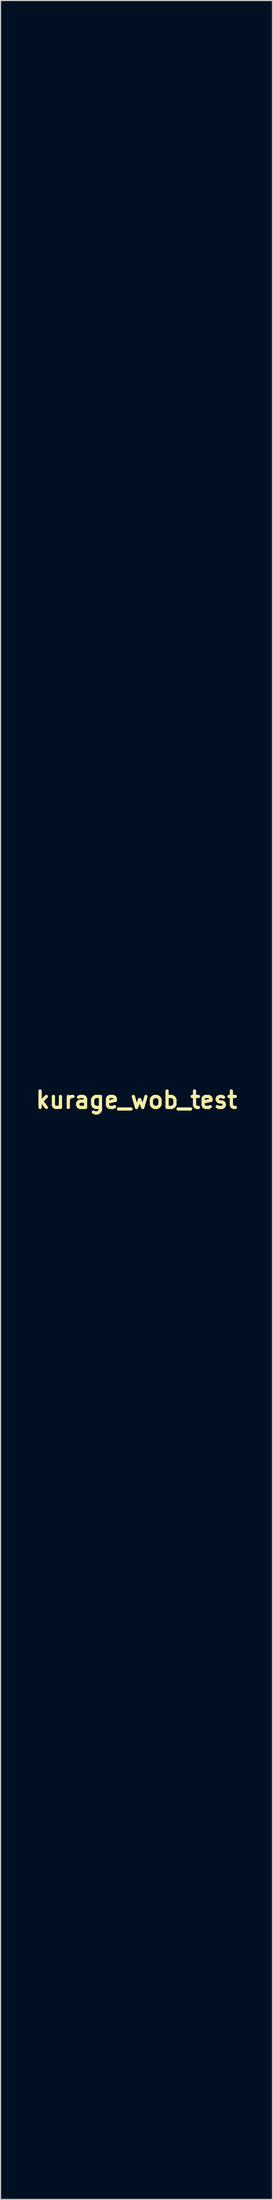
<source format=kicad_pcb>
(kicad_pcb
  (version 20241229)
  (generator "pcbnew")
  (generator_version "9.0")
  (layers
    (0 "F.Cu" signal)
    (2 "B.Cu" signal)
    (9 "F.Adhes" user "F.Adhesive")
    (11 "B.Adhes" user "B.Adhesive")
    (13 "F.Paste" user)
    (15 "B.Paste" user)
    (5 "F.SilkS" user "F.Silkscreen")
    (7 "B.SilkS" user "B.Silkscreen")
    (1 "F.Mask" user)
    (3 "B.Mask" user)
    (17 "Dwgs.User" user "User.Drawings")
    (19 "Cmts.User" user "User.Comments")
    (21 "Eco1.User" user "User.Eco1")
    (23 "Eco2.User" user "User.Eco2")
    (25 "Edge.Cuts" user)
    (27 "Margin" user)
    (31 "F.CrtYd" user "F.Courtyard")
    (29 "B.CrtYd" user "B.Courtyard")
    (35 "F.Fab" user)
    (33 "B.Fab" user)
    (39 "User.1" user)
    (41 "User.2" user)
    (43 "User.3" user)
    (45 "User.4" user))
  (footprint "kurage_wob_test"
    (layer "F.Cu")
    (at 9.587 98.768)
    (property "Reference" "kurage_wob_test" (at 0 0 0) (layer "F.SilkS") (effects (font (size 1.524 1.524) (thickness 0.3))))
    (attr through_hole)
    (fp_poly (pts (xy 2.511 -91.481) (xy 2.438 -91.643) (xy 2.258 -91.99) (xy 2.049 -92.293) (xy 1.808 -92.557) (xy 1.532 -92.784) (xy 1.217 -92.977) (xy 0.86 -93.139) (xy 0.673 -93.207) (xy 0.546 -93.245) (xy 0.382 -93.287) (xy 0.196 -93.329) (xy 0.004 -93.369) (xy -0.176 -93.402) (xy -0.33 -93.425) (xy -0.358 -93.429) (xy -0.513 -93.447) (xy -0.513 -94.52) (xy -1.108 -94.52) (xy -1.108 -91.821) (xy -1.304 -91.902) (xy -1.416 -91.947) (xy -1.54 -91.995) (xy -1.664 -92.041) (xy -1.779 -92.082) (xy -1.873 -92.113) (xy -1.937 -92.133) (xy -1.96 -92.136) (xy -1.971 -92.108) (xy -1.993 -92.039) (xy -2.022 -91.944) (xy -2.054 -91.833) (xy -2.087 -91.718) (xy -2.117 -91.61) (xy -2.141 -91.523) (xy -2.154 -91.467) (xy -2.156 -91.453) (xy -2.129 -91.442) (xy -2.061 -91.415) (xy -1.96 -91.376) (xy -1.835 -91.329) (xy -1.77 -91.305) (xy -1.296 -91.112) (xy -0.835 -90.894) (xy -0.397 -90.656) (xy 0.005 -90.404) (xy 0.26 -90.223) (xy 0.366 -90.143) (xy 0.456 -90.077) (xy 0.521 -90.03) (xy 0.552 -90.009) (xy 0.554 -90.008) (xy 0.575 -90.028) (xy 0.616 -90.082) (xy 0.668 -90.155) (xy 0.722 -90.234) (xy 0.77 -90.307) (xy 0.802 -90.361) (xy 0.811 -90.381) (xy 0.792 -90.412) (xy 0.741 -90.472) (xy 0.664 -90.555) (xy 0.569 -90.652) (xy 0.463 -90.756) (xy 0.354 -90.861) (xy 0.248 -90.96) (xy 0.153 -91.044) (xy 0.095 -91.093) (xy -0.023 -91.183) (xy -0.159 -91.283) (xy -0.287 -91.373) (xy -0.304 -91.384) (xy -0.513 -91.524) (xy -0.513 -92.713) (xy -0.385 -92.696) (xy -0.087 -92.652) (xy 0.181 -92.603) (xy 0.408 -92.551) (xy 0.486 -92.53) (xy 0.669 -92.468) (xy 0.871 -92.386) (xy 1.076 -92.29) (xy 1.265 -92.189) (xy 1.423 -92.092) (xy 1.442 -92.079) (xy 1.587 -91.962) (xy 1.744 -91.814) (xy 1.899 -91.65) (xy 2.037 -91.484) (xy 2.135 -91.348) (xy 2.255 -91.163) (xy 2.384 -91.308) (xy 2.512 -91.454) (xy 2.512 -81.564) (xy 2.511 -71.674) (xy 2.438 -71.836) (xy 2.258 -72.183) (xy 2.049 -72.487) (xy 1.808 -72.75) (xy 1.532 -72.977) (xy 1.217 -73.17) (xy 0.86 -73.333) (xy 0.673 -73.4) (xy 0.546 -73.438) (xy 0.382 -73.48) (xy 0.196 -73.522) (xy 0.004 -73.562) (xy -0.176 -73.595) (xy -0.33 -73.619) (xy -0.358 -73.622) (xy -0.513 -73.64) (xy -0.513 -74.714) (xy -1.108 -74.714) (xy -1.108 -72.015) (xy -1.304 -72.096) (xy -1.416 -72.141) (xy -1.54 -72.188) (xy -1.664 -72.234) (xy -1.779 -72.275) (xy -1.873 -72.307) (xy -1.937 -72.326) (xy -1.96 -72.33) (xy -1.971 -72.301) (xy -1.993 -72.233) (xy -2.022 -72.137) (xy -2.054 -72.026) (xy -2.087 -71.911) (xy -2.117 -71.804) (xy -2.141 -71.716) (xy -2.154 -71.661) (xy -2.156 -71.647) (xy -2.129 -71.635) (xy -2.061 -71.608) (xy -1.96 -71.57) (xy -1.835 -71.523) (xy -1.77 -71.498) (xy -1.296 -71.306) (xy -0.835 -71.087) (xy -0.397 -70.849) (xy 0.005 -70.597) (xy 0.26 -70.416) (xy 0.366 -70.337) (xy 0.456 -70.27) (xy 0.521 -70.224) (xy 0.552 -70.202) (xy 0.554 -70.201) (xy 0.575 -70.222) (xy 0.616 -70.275) (xy 0.668 -70.348) (xy 0.722 -70.427) (xy 0.77 -70.5) (xy 0.802 -70.554) (xy 0.811 -70.574) (xy 0.792 -70.605) (xy 0.741 -70.666) (xy 0.664 -70.748) (xy 0.569 -70.845) (xy 0.463 -70.95) (xy 0.354 -71.055) (xy 0.248 -71.153) (xy 0.153 -71.237) (xy 0.095 -71.286) (xy -0.023 -71.377) (xy -0.159 -71.477) (xy -0.287 -71.566) (xy -0.304 -71.577) (xy -0.513 -71.717) (xy -0.513 -72.907) (xy -0.385 -72.89) (xy -0.087 -72.845) (xy 0.181 -72.796) (xy 0.408 -72.744) (xy 0.486 -72.723) (xy 0.669 -72.662) (xy 0.871 -72.579) (xy 1.076 -72.483) (xy 1.265 -72.383) (xy 1.423 -72.286) (xy 1.442 -72.272) (xy 1.587 -72.156) (xy 1.744 -72.008) (xy 1.899 -71.843) (xy 2.037 -71.678) (xy 2.135 -71.542) (xy 2.255 -71.356) (xy 2.384 -71.501) (xy 2.512 -71.647) (xy 2.512 -61.744) (xy 2.511 -51.84) (xy 2.438 -52.003) (xy 2.258 -52.349) (xy 2.049 -52.653) (xy 1.808 -52.917) (xy 1.532 -53.144) (xy 1.217 -53.337) (xy 0.86 -53.499) (xy 0.673 -53.567) (xy 0.546 -53.605) (xy 0.382 -53.646) (xy 0.196 -53.689) (xy 0.004 -53.728) (xy -0.176 -53.762) (xy -0.33 -53.785) (xy -0.358 -53.789) (xy -0.513 -53.807) (xy -0.513 -54.88) (xy -1.108 -54.88) (xy -1.108 -52.181) (xy -1.304 -52.262) (xy -1.416 -52.307) (xy -1.54 -52.355) (xy -1.664 -52.401) (xy -1.779 -52.441) (xy -1.873 -52.473) (xy -1.937 -52.493) (xy -1.96 -52.496) (xy -1.971 -52.467) (xy -1.993 -52.399) (xy -2.022 -52.304) (xy -2.054 -52.192) (xy -2.087 -52.077) (xy -2.117 -51.97) (xy -2.141 -51.883) (xy -2.154 -51.827) (xy -2.156 -51.813) (xy -2.129 -51.801) (xy -2.061 -51.775) (xy -1.96 -51.736) (xy -1.835 -51.689) (xy -1.77 -51.665) (xy -1.296 -51.472) (xy -0.835 -51.254) (xy -0.397 -51.016) (xy 0.005 -50.764) (xy 0.26 -50.582) (xy 0.366 -50.503) (xy 0.456 -50.437) (xy 0.521 -50.39) (xy 0.552 -50.368) (xy 0.554 -50.368) (xy 0.575 -50.388) (xy 0.616 -50.441) (xy 0.668 -50.514) (xy 0.722 -50.594) (xy 0.77 -50.667) (xy 0.802 -50.721) (xy 0.811 -50.741) (xy 0.792 -50.772) (xy 0.741 -50.832) (xy 0.664 -50.914) (xy 0.569 -51.011) (xy 0.463 -51.116) (xy 0.354 -51.221) (xy 0.248 -51.32) (xy 0.153 -51.404) (xy 0.095 -51.453) (xy -0.023 -51.543) (xy -0.159 -51.643) (xy -0.287 -51.733) (xy -0.304 -51.744) (xy -0.513 -51.884) (xy -0.513 -53.073) (xy -0.385 -53.056) (xy -0.087 -53.012) (xy 0.181 -52.963) (xy 0.408 -52.911) (xy 0.486 -52.89) (xy 0.669 -52.828) (xy 0.871 -52.746) (xy 1.076 -52.65) (xy 1.265 -52.549) (xy 1.423 -52.452) (xy 1.442 -52.438) (xy 1.587 -52.322) (xy 1.744 -52.174) (xy 1.899 -52.01) (xy 2.037 -51.844) (xy 2.135 -51.708) (xy 2.255 -51.522) (xy 2.384 -51.668) (xy 2.512 -51.813) (xy 2.512 -41.924) (xy 2.511 -32.034) (xy 2.438 -32.196) (xy 2.258 -32.543) (xy 2.049 -32.846) (xy 1.808 -33.11) (xy 1.532 -33.337) (xy 1.217 -33.53) (xy 0.86 -33.692) (xy 0.673 -33.76) (xy 0.546 -33.798) (xy 0.382 -33.84) (xy 0.196 -33.882) (xy 0.004 -33.922) (xy -0.176 -33.955) (xy -0.33 -33.979) (xy -0.358 -33.982) (xy -0.513 -34) (xy -0.513 -35.074) (xy -1.108 -35.074) (xy -1.108 -32.375) (xy -1.304 -32.456) (xy -1.416 -32.501) (xy -1.54 -32.548) (xy -1.664 -32.594) (xy -1.779 -32.635) (xy -1.873 -32.667) (xy -1.937 -32.686) (xy -1.96 -32.69) (xy -1.971 -32.661) (xy -1.993 -32.593) (xy -2.022 -32.497) (xy -2.054 -32.386) (xy -2.087 -32.271) (xy -2.117 -32.164) (xy -2.141 -32.076) (xy -2.154 -32.02) (xy -2.156 -32.006) (xy -2.129 -31.995) (xy -2.061 -31.968) (xy -1.96 -31.929) (xy -1.835 -31.882) (xy -1.77 -31.858) (xy -1.296 -31.666) (xy -0.835 -31.447) (xy -0.397 -31.209) (xy 0.005 -30.957) (xy 0.26 -30.776) (xy 0.366 -30.696) (xy 0.456 -30.63) (xy 0.521 -30.583) (xy 0.552 -30.562) (xy 0.554 -30.561) (xy 0.575 -30.582) (xy 0.616 -30.635) (xy 0.668 -30.708) (xy 0.722 -30.787) (xy 0.77 -30.86) (xy 0.802 -30.914) (xy 0.811 -30.934) (xy 0.792 -30.965) (xy 0.741 -31.025) (xy 0.664 -31.108) (xy 0.569 -31.205) (xy 0.463 -31.31) (xy 0.354 -31.415) (xy 0.248 -31.513) (xy 0.153 -31.597) (xy 0.095 -31.646) (xy -0.023 -31.737) (xy -0.159 -31.836) (xy -0.287 -31.926) (xy -0.304 -31.937) (xy -0.513 -32.077) (xy -0.513 -33.267) (xy -0.385 -33.249) (xy -0.087 -33.205) (xy 0.181 -33.156) (xy 0.408 -33.104) (xy 0.486 -33.083) (xy 0.669 -33.022) (xy 0.871 -32.939) (xy 1.076 -32.843) (xy 1.265 -32.743) (xy 1.423 -32.645) (xy 1.442 -32.632) (xy 1.587 -32.516) (xy 1.744 -32.368) (xy 1.899 -32.203) (xy 2.037 -32.038) (xy 2.135 -31.902) (xy 2.255 -31.716) (xy 2.384 -31.861) (xy 2.512 -32.007) (xy 2.512 -22.117) (xy 2.511 -12.227) (xy 2.438 -12.39) (xy 2.258 -12.736) (xy 2.049 -13.04) (xy 1.808 -13.304) (xy 1.532 -13.531) (xy 1.217 -13.724) (xy 0.86 -13.886) (xy 0.673 -13.954) (xy 0.546 -13.991) (xy 0.382 -14.033) (xy 0.196 -14.076) (xy 0.004 -14.115) (xy -0.176 -14.148) (xy -0.33 -14.172) (xy -0.358 -14.176) (xy -0.513 -14.194) (xy -0.513 -15.267) (xy -1.108 -15.267) (xy -1.108 -12.568) (xy -1.304 -12.649) (xy -1.416 -12.694) (xy -1.54 -12.741) (xy -1.664 -12.787) (xy -1.779 -12.828) (xy -1.873 -12.86) (xy -1.937 -12.879) (xy -1.96 -12.883) (xy -1.971 -12.854) (xy -1.993 -12.786) (xy -2.022 -12.69) (xy -2.054 -12.579) (xy -2.087 -12.464) (xy -2.117 -12.357) (xy -2.141 -12.27) (xy -2.154 -12.214) (xy -2.156 -12.2) (xy -2.129 -12.188) (xy -2.061 -12.161) (xy -1.96 -12.123) (xy -1.835 -12.076) (xy -1.77 -12.051) (xy -1.296 -11.859) (xy -0.835 -11.641) (xy -0.397 -11.402) (xy 0.005 -11.15) (xy 0.26 -10.969) (xy 0.366 -10.89) (xy 0.456 -10.824) (xy 0.521 -10.777) (xy 0.552 -10.755) (xy 0.554 -10.754) (xy 0.575 -10.775) (xy 0.616 -10.828) (xy 0.668 -10.901) (xy 0.722 -10.981) (xy 0.77 -11.054) (xy 0.802 -11.107) (xy 0.811 -11.128) (xy 0.792 -11.159) (xy 0.741 -11.219) (xy 0.664 -11.301) (xy 0.569 -11.398) (xy 0.463 -11.503) (xy 0.354 -11.608) (xy 0.248 -11.706) (xy 0.153 -11.791) (xy 0.095 -11.84) (xy -0.023 -11.93) (xy -0.159 -12.03) (xy -0.287 -12.119) (xy -0.304 -12.131) (xy -0.513 -12.27) (xy -0.513 -13.46) (xy -0.385 -13.443) (xy -0.087 -13.398) (xy 0.181 -13.349) (xy 0.408 -13.298) (xy 0.486 -13.276) (xy 0.669 -13.215) (xy 0.871 -13.132) (xy 1.076 -13.037) (xy 1.265 -12.936) (xy 1.423 -12.839) (xy 1.442 -12.825) (xy 1.587 -12.709) (xy 1.744 -12.561) (xy 1.899 -12.397) (xy 2.037 -12.231) (xy 2.135 -12.095) (xy 2.255 -11.909) (xy 2.384 -12.055) (xy 2.512 -12.2) (xy 2.512 -2.297) (xy 2.511 7.606) (xy 2.438 7.444) (xy 2.258 7.097) (xy 2.049 6.794) (xy 1.808 6.53) (xy 1.532 6.303) (xy 1.217 6.11) (xy 0.86 5.948) (xy 0.673 5.88) (xy 0.546 5.842) (xy 0.382 5.8) (xy 0.196 5.758) (xy 0.004 5.718) (xy -0.176 5.685) (xy -0.33 5.662) (xy -0.358 5.658) (xy -0.513 5.64) (xy -0.513 4.567) (xy -1.108 4.567) (xy -1.108 7.266) (xy -1.304 7.185) (xy -1.416 7.14) (xy -1.54 7.092) (xy -1.664 7.046) (xy -1.779 7.005) (xy -1.873 6.974) (xy -1.937 6.954) (xy -1.96 6.951) (xy -1.971 6.979) (xy -1.993 7.048) (xy -2.022 7.143) (xy -2.054 7.254) (xy -2.087 7.37) (xy -2.117 7.477) (xy -2.141 7.564) (xy -2.154 7.62) (xy -2.156 7.634) (xy -2.129 7.645) (xy -2.061 7.672) (xy -1.96 7.711) (xy -1.835 7.758) (xy -1.77 7.782) (xy -1.296 7.975) (xy -0.835 8.193) (xy -0.397 8.431) (xy 0.005 8.683) (xy 0.26 8.864) (xy 0.366 8.944) (xy 0.456 9.01) (xy 0.521 9.057) (xy 0.552 9.078) (xy 0.554 9.079) (xy 0.575 9.059) (xy 0.616 9.005) (xy 0.668 8.933) (xy 0.722 8.853) (xy 0.77 8.78) (xy 0.802 8.726) (xy 0.811 8.706) (xy 0.792 8.675) (xy 0.741 8.615) (xy 0.664 8.532) (xy 0.569 8.435) (xy 0.463 8.331) (xy 0.354 8.226) (xy 0.248 8.127) (xy 0.153 8.043) (xy 0.095 7.994) (xy -0.023 7.904) (xy -0.159 7.804) (xy -0.287 7.714) (xy -0.304 7.703) (xy -0.513 7.563) (xy -0.513 6.374) (xy -0.385 6.391) (xy -0.087 6.435) (xy 0.181 6.484) (xy 0.408 6.536) (xy 0.486 6.557) (xy 0.669 6.619) (xy 0.871 6.701) (xy 1.076 6.797) (xy 1.265 6.898) (xy 1.423 6.995) (xy 1.442 7.008) (xy 1.587 7.125) (xy 1.744 7.273) (xy 1.899 7.437) (xy 2.037 7.603) (xy 2.135 7.739) (xy 2.255 7.924) (xy 2.384 7.779) (xy 2.512 7.634) (xy 2.512 17.523) (xy 2.511 27.413) (xy 2.438 27.251) (xy 2.258 26.904) (xy 2.049 26.6) (xy 1.808 26.337) (xy 1.532 26.11) (xy 1.217 25.917) (xy 0.86 25.754) (xy 0.673 25.687) (xy 0.546 25.649) (xy 0.382 25.607) (xy 0.196 25.565) (xy 0.004 25.525) (xy -0.176 25.492) (xy -0.33 25.468) (xy -0.358 25.465) (xy -0.513 25.447) (xy -0.513 24.373) (xy -1.108 24.373) (xy -1.108 27.072) (xy -1.304 26.991) (xy -1.416 26.946) (xy -1.54 26.899) (xy -1.664 26.853) (xy -1.779 26.812) (xy -1.873 26.78) (xy -1.937 26.761) (xy -1.96 26.757) (xy -1.971 26.786) (xy -1.993 26.854) (xy -2.022 26.95) (xy -2.054 27.061) (xy -2.087 27.176) (xy -2.117 27.283) (xy -2.141 27.371) (xy -2.154 27.426) (xy -2.156 27.441) (xy -2.129 27.452) (xy -2.061 27.479) (xy -1.96 27.517) (xy -1.835 27.564) (xy -1.77 27.589) (xy -1.296 27.781) (xy -0.835 28) (xy -0.397 28.238) (xy 0.005 28.49) (xy 0.26 28.671) (xy 0.366 28.75) (xy 0.456 28.817) (xy 0.521 28.863) (xy 0.552 28.885) (xy 0.554 28.886) (xy 0.575 28.865) (xy 0.616 28.812) (xy 0.668 28.739) (xy 0.722 28.66) (xy 0.77 28.587) (xy 0.802 28.533) (xy 0.811 28.513) (xy 0.792 28.482) (xy 0.741 28.421) (xy 0.664 28.339) (xy 0.569 28.242) (xy 0.463 28.137) (xy 0.354 28.032) (xy 0.248 27.934) (xy 0.153 27.85) (xy 0.095 27.801) (xy -0.023 27.71) (xy -0.159 27.61) (xy -0.287 27.521) (xy -0.304 27.51) (xy -0.513 27.37) (xy -0.513 26.18) (xy -0.385 26.197) (xy -0.087 26.242) (xy 0.181 26.291) (xy 0.408 26.343) (xy 0.486 26.364) (xy 0.669 26.425) (xy 0.871 26.508) (xy 1.076 26.604) (xy 1.265 26.704) (xy 1.423 26.801) (xy 1.442 26.815) (xy 1.587 26.931) (xy 1.744 27.079) (xy 1.899 27.244) (xy 2.037 27.409) (xy 2.135 27.545) (xy 2.255 27.731) (xy 2.384 27.586) (xy 2.512 27.44) (xy 2.512 37.33) (xy 2.511 47.22) (xy 2.438 47.057) (xy 2.258 46.711) (xy 2.049 46.407) (xy 1.808 46.143) (xy 1.532 45.916) (xy 1.217 45.723) (xy 0.86 45.561) (xy 0.673 45.493) (xy 0.546 45.455) (xy 0.382 45.414) (xy 0.196 45.371) (xy 0.004 45.332) (xy -0.176 45.298) (xy -0.33 45.275) (xy -0.358 45.271) (xy -0.513 45.253) (xy -0.513 44.18) (xy -1.108 44.18) (xy -1.108 46.879) (xy -1.304 46.798) (xy -1.416 46.753) (xy -1.54 46.705) (xy -1.664 46.659) (xy -1.779 46.619) (xy -1.873 46.587) (xy -1.937 46.567) (xy -1.96 46.564) (xy -1.971 46.593) (xy -1.993 46.661) (xy -2.022 46.756) (xy -2.054 46.868) (xy -2.087 46.983) (xy -2.117 47.09) (xy -2.141 47.177) (xy -2.154 47.233) (xy -2.156 47.247) (xy -2.129 47.259) (xy -2.061 47.285) (xy -1.96 47.324) (xy -1.835 47.371) (xy -1.77 47.395) (xy -1.296 47.588) (xy -0.835 47.806) (xy -0.397 48.044) (xy 0.005 48.296) (xy 0.26 48.478) (xy 0.366 48.557) (xy 0.456 48.623) (xy 0.521 48.67) (xy 0.552 48.692) (xy 0.554 48.692) (xy 0.575 48.672) (xy 0.616 48.619) (xy 0.668 48.546) (xy 0.722 48.466) (xy 0.77 48.393) (xy 0.802 48.339) (xy 0.811 48.319) (xy 0.792 48.288) (xy 0.741 48.228) (xy 0.664 48.146) (xy 0.569 48.049) (xy 0.463 47.944) (xy 0.354 47.839) (xy 0.248 47.74) (xy 0.153 47.656) (xy 0.095 47.607) (xy -0.023 47.517) (xy -0.159 47.417) (xy -0.287 47.327) (xy -0.304 47.316) (xy -0.513 47.176) (xy -0.513 45.987) (xy -0.385 46.004) (xy -0.087 46.048) (xy 0.181 46.097) (xy 0.408 46.149) (xy 0.486 46.17) (xy 0.669 46.232) (xy 0.871 46.314) (xy 1.076 46.41) (xy 1.265 46.511) (xy 1.423 46.608) (xy 1.442 46.622) (xy 1.587 46.738) (xy 1.744 46.886) (xy 1.899 47.05) (xy 2.037 47.216) (xy 2.135 47.352) (xy 2.255 47.538) (xy 2.384 47.392) (xy 2.512 47.247) (xy 2.512 57.136) (xy 2.511 67.026) (xy 2.438 66.864) (xy 2.258 66.517) (xy 2.049 66.214) (xy 1.808 65.95) (xy 1.532 65.723) (xy 1.217 65.53) (xy 0.86 65.368) (xy 0.673 65.3) (xy 0.546 65.262) (xy 0.382 65.22) (xy 0.196 65.178) (xy 0.004 65.138) (xy -0.176 65.105) (xy -0.33 65.081) (xy -0.358 65.078) (xy -0.513 65.06) (xy -0.513 63.986) (xy -1.108 63.986) (xy -1.108 66.685) (xy -1.304 66.604) (xy -1.416 66.559) (xy -1.54 66.512) (xy -1.664 66.466) (xy -1.779 66.425) (xy -1.873 66.393) (xy -1.937 66.374) (xy -1.96 66.37) (xy -1.971 66.399) (xy -1.993 66.467) (xy -2.022 66.563) (xy -2.054 66.674) (xy -2.087 66.789) (xy -2.117 66.896) (xy -2.141 66.984) (xy -2.154 67.04) (xy -2.156 67.054) (xy -2.129 67.065) (xy -2.061 67.092) (xy -1.96 67.131) (xy -1.835 67.178) (xy -1.77 67.202) (xy -1.296 67.394) (xy -0.835 67.613) (xy -0.397 67.851) (xy 0.005 68.103) (xy 0.26 68.284) (xy 0.366 68.364) (xy 0.456 68.43) (xy 0.521 68.477) (xy 0.552 68.498) (xy 0.554 68.499) (xy 0.575 68.478) (xy 0.616 68.425) (xy 0.668 68.352) (xy 0.722 68.273) (xy 0.77 68.2) (xy 0.802 68.146) (xy 0.811 68.126) (xy 0.792 68.095) (xy 0.741 68.035) (xy 0.664 67.952) (xy 0.569 67.855) (xy 0.463 67.75) (xy 0.354 67.645) (xy 0.248 67.547) (xy 0.153 67.463) (xy 0.095 67.414) (xy -0.023 67.323) (xy -0.159 67.224) (xy -0.287 67.134) (xy -0.304 67.123) (xy -0.513 66.983) (xy -0.513 65.793) (xy -0.385 65.811) (xy -0.087 65.855) (xy 0.181 65.904) (xy 0.408 65.956) (xy 0.486 65.977) (xy 0.669 66.038) (xy 0.871 66.121) (xy 1.076 66.217) (xy 1.265 66.317) (xy 1.423 66.415) (xy 1.442 66.428) (xy 1.587 66.544) (xy 1.744 66.692) (xy 1.899 66.857) (xy 2.037 67.022) (xy 2.135 67.158) (xy 2.255 67.344) (xy 2.384 67.199) (xy 2.512 67.053) (xy 2.512 76.957) (xy 2.511 86.86) (xy 2.438 86.697) (xy 2.258 86.351) (xy 2.049 86.047) (xy 1.808 85.783) (xy 1.532 85.556) (xy 1.217 85.363) (xy 0.86 85.201) (xy 0.673 85.133) (xy 0.546 85.096) (xy 0.382 85.054) (xy 0.196 85.011) (xy 0.004 84.972) (xy -0.176 84.939) (xy -0.33 84.915) (xy -0.358 84.912) (xy -0.513 84.893) (xy -0.513 83.82) (xy -1.108 83.82) (xy -1.108 86.519) (xy -1.304 86.438) (xy -1.416 86.393) (xy -1.54 86.346) (xy -1.664 86.3) (xy -1.779 86.259) (xy -1.873 86.227) (xy -1.937 86.208) (xy -1.96 86.204) (xy -1.971 86.233) (xy -1.993 86.301) (xy -2.022 86.397) (xy -2.054 86.508) (xy -2.087 86.623) (xy -2.117 86.73) (xy -2.141 86.817) (xy -2.154 86.873) (xy -2.156 86.887) (xy -2.129 86.899) (xy -2.061 86.926) (xy -1.96 86.964) (xy -1.835 87.011) (xy -1.77 87.036) (xy -1.296 87.228) (xy -0.835 87.446) (xy -0.397 87.685) (xy 0.005 87.937) (xy 0.26 88.118) (xy 0.366 88.197) (xy 0.456 88.263) (xy 0.521 88.31) (xy 0.552 88.332) (xy 0.554 88.333) (xy 0.575 88.312) (xy 0.616 88.259) (xy 0.668 88.186) (xy 0.722 88.106) (xy 0.77 88.033) (xy 0.802 87.98) (xy 0.811 87.959) (xy 0.792 87.928) (xy 0.741 87.868) (xy 0.664 87.786) (xy 0.569 87.689) (xy 0.463 87.584) (xy 0.354 87.479) (xy 0.248 87.381) (xy 0.153 87.296) (xy 0.095 87.247) (xy -0.023 87.157) (xy -0.159 87.057) (xy -0.287 86.968) (xy -0.304 86.956) (xy -0.513 86.817) (xy -0.513 85.627) (xy -0.385 85.644) (xy -0.087 85.689) (xy 0.181 85.738) (xy 0.408 85.789) (xy 0.486 85.811) (xy 0.669 85.872) (xy 0.871 85.955) (xy 1.076 86.05) (xy 1.265 86.151) (xy 1.423 86.248) (xy 1.442 86.262) (xy 1.587 86.378) (xy 1.744 86.526) (xy 1.899 86.69) (xy 2.037 86.856) (xy 2.135 86.992) (xy 2.255 87.178) (xy 2.384 87.032) (xy 2.512 86.887) (xy 2.513 92.825) (xy 2.513 98.763) (xy 0.347 98.763) (xy 0.565 98.507) (xy 0.494 98.385) (xy 0.326 98.132) (xy 0.115 97.877) (xy -0.129 97.63) (xy -0.396 97.401) (xy -0.517 97.31) (xy -0.73 97.156) (xy -0.73 95.434) (xy -0.588 95.453) (xy -0.395 95.491) (xy -0.177 95.552) (xy 0.049 95.632) (xy 0.264 95.723) (xy 0.268 95.725) (xy 0.643 95.932) (xy 0.993 96.184) (xy 1.313 96.477) (xy 1.599 96.806) (xy 1.845 97.166) (xy 2.049 97.554) (xy 2.07 97.603) (xy 2.2 97.9) (xy 2.348 97.752) (xy 2.497 97.603) (xy 2.386 97.269) (xy 2.218 96.822) (xy 2.024 96.421) (xy 1.803 96.066) (xy 1.552 95.754) (xy 1.272 95.483) (xy 0.959 95.252) (xy 0.613 95.059) (xy 0.231 94.903) (xy 0.18 94.885) (xy -0.17 94.783) (xy -0.497 94.717) (xy -0.816 94.686) (xy -0.97 94.683) (xy -1.297 94.683) (xy -1.297 96.758) (xy -1.609 96.623) (xy -1.728 96.572) (xy -1.828 96.532) (xy -1.898 96.505) (xy -1.931 96.497) (xy -1.931 96.497) (xy -1.949 96.531) (xy -1.976 96.603) (xy -2.01 96.701) (xy -2.047 96.813) (xy -2.082 96.927) (xy -2.112 97.031) (xy -2.134 97.113) (xy -2.143 97.162) (xy -2.142 97.17) (xy -2.111 97.187) (xy -2.04 97.222) (xy -1.941 97.269) (xy -1.823 97.323) (xy -1.818 97.325) (xy -1.289 97.589) (xy -0.782 97.893) (xy -0.305 98.23) (xy 0.131 98.596) (xy 0.149 98.612) (xy 0.311 98.761) (xy -1.088 98.762) (xy -2.486 98.763) (xy -2.486 93.331) (xy -0.703 93.331) (xy -0.135 93.331) (xy -0.135 91.724) (xy -0.135 91.388) (xy -0.135 91.103) (xy -0.134 90.864) (xy -0.133 90.666) (xy -0.131 90.507) (xy -0.129 90.382) (xy -0.126 90.286) (xy -0.122 90.216) (xy -0.116 90.169) (xy -0.11 90.139) (xy -0.102 90.123) (xy -0.093 90.117) (xy -0.088 90.116) (xy -0.018 90.126) (xy 0.086 90.152) (xy 0.211 90.19) (xy 0.341 90.236) (xy 0.461 90.284) (xy 0.507 90.304) (xy 0.821 90.48) (xy 1.117 90.704) (xy 1.391 90.973) (xy 1.641 91.282) (xy 1.862 91.627) (xy 2.052 92.005) (xy 2.097 92.111) (xy 2.144 92.224) (xy 2.183 92.317) (xy 2.211 92.379) (xy 2.222 92.401) (xy 2.245 92.389) (xy 2.294 92.347) (xy 2.352 92.29) (xy 2.471 92.168) (xy 2.408 91.92) (xy 2.302 91.576) (xy 2.165 91.234) (xy 2.004 90.911) (xy 1.825 90.621) (xy 1.78 90.558) (xy 1.536 90.267) (xy 1.259 90.009) (xy 0.954 89.788) (xy 0.628 89.607) (xy 0.288 89.469) (xy -0.062 89.379) (xy -0.399 89.339) (xy -0.703 89.326) (xy -0.703 93.331) (xy -2.486 93.331) (xy -2.486 89.819) (xy -1.891 89.819) (xy -1.891 92.899) (xy -1.324 92.899) (xy -1.324 89.819) (xy -1.891 89.819) (xy -2.486 89.819) (xy -2.486 84.725) (xy -2.138 84.725) (xy -1.999 84.896) (xy -1.859 85.066) (xy -1.72 84.935) (xy -1.627 84.853) (xy -1.512 84.761) (xy -1.399 84.677) (xy -1.392 84.672) (xy -1.305 84.611) (xy -1.236 84.563) (xy -1.197 84.535) (xy -1.192 84.531) (xy -1.2 84.507) (xy -1.233 84.45) (xy -1.286 84.374) (xy -1.35 84.288) (xy -1.385 84.244) (xy -1.446 84.168) (xy -1.635 84.302) (xy -1.75 84.388) (xy -1.873 84.486) (xy -1.978 84.577) (xy -1.981 84.58) (xy -2.138 84.725) (xy -2.486 84.725) (xy -2.486 84.08) (xy -2.421 84.08) (xy -2.399 84.116) (xy -2.353 84.181) (xy -2.294 84.261) (xy -2.293 84.261) (xy -2.178 84.41) (xy -1.992 84.249) (xy -1.883 84.159) (xy -1.767 84.066) (xy -1.663 83.988) (xy -1.647 83.977) (xy -1.489 83.865) (xy -1.569 83.755) (xy -1.628 83.674) (xy -1.683 83.601) (xy -1.701 83.578) (xy -1.752 83.511) (xy -1.896 83.61) (xy -2.004 83.688) (xy -2.114 83.775) (xy -2.218 83.863) (xy -2.309 83.945) (xy -2.377 84.014) (xy -2.416 84.062) (xy -2.421 84.08) (xy -2.486 84.08) (xy -2.486 77.328) (xy -2.143 77.328) (xy -2.142 77.336) (xy -2.111 77.354) (xy -2.04 77.389) (xy -1.941 77.435) (xy -1.823 77.489) (xy -1.818 77.491) (xy -1.426 77.682) (xy -1.041 77.898) (xy -0.673 78.131) (xy -0.331 78.376) (xy -0.027 78.624) (xy 0.149 78.788) (xy 0.224 78.861) (xy 0.284 78.917) (xy 0.32 78.948) (xy 0.324 78.951) (xy 0.347 78.933) (xy 0.392 78.883) (xy 0.451 78.813) (xy 0.564 78.672) (xy 0.494 78.551) (xy 0.328 78.301) (xy 0.119 78.048) (xy -0.122 77.803) (xy -0.386 77.575) (xy -0.517 77.476) (xy -0.73 77.322) (xy -0.73 75.6) (xy -0.588 75.62) (xy -0.395 75.657) (xy -0.177 75.719) (xy 0.049 75.798) (xy 0.264 75.89) (xy 0.268 75.891) (xy 0.643 76.098) (xy 0.993 76.351) (xy 1.313 76.643) (xy 1.599 76.972) (xy 1.845 77.333) (xy 2.049 77.72) (xy 2.07 77.769) (xy 2.2 78.067) (xy 2.348 77.918) (xy 2.497 77.769) (xy 2.386 77.435) (xy 2.218 76.988) (xy 2.024 76.588) (xy 1.803 76.233) (xy 1.552 75.92) (xy 1.272 75.65) (xy 0.959 75.419) (xy 0.613 75.226) (xy 0.231 75.069) (xy 0.18 75.051) (xy -0.17 74.949) (xy -0.497 74.884) (xy -0.816 74.852) (xy -0.97 74.849) (xy -1.297 74.849) (xy -1.297 76.925) (xy -1.609 76.789) (xy -1.728 76.739) (xy -1.828 76.698) (xy -1.898 76.672) (xy -1.931 76.663) (xy -1.931 76.663) (xy -1.949 76.698) (xy -1.976 76.77) (xy -2.01 76.867) (xy -2.047 76.979) (xy -2.082 77.093) (xy -2.112 77.197) (xy -2.134 77.279) (xy -2.143 77.328) (xy -2.486 77.328) (xy -2.486 73.498) (xy -0.703 73.498) (xy -0.135 73.498) (xy -0.135 71.89) (xy -0.135 71.555) (xy -0.135 71.269) (xy -0.134 71.03) (xy -0.133 70.833) (xy -0.131 70.673) (xy -0.129 70.548) (xy -0.126 70.452) (xy -0.122 70.383) (xy -0.116 70.335) (xy -0.11 70.305) (xy -0.102 70.289) (xy -0.093 70.283) (xy -0.088 70.282) (xy -0.018 70.292) (xy 0.086 70.319) (xy 0.211 70.357) (xy 0.341 70.402) (xy 0.461 70.45) (xy 0.507 70.471) (xy 0.821 70.647) (xy 1.117 70.871) (xy 1.391 71.139) (xy 1.641 71.448) (xy 1.862 71.793) (xy 2.052 72.171) (xy 2.097 72.277) (xy 2.144 72.39) (xy 2.183 72.483) (xy 2.211 72.546) (xy 2.222 72.567) (xy 2.245 72.555) (xy 2.294 72.513) (xy 2.352 72.456) (xy 2.471 72.335) (xy 2.408 72.086) (xy 2.302 71.742) (xy 2.165 71.4) (xy 2.004 71.077) (xy 1.825 70.788) (xy 1.78 70.725) (xy 1.536 70.433) (xy 1.259 70.176) (xy 0.954 69.954) (xy 0.628 69.773) (xy 0.288 69.635) (xy -0.062 69.545) (xy -0.399 69.506) (xy -0.703 69.492) (xy -0.703 73.498) (xy -2.486 73.498) (xy -2.486 69.985) (xy -1.891 69.985) (xy -1.891 73.066) (xy -1.324 73.066) (xy -1.324 69.985) (xy -1.891 69.985) (xy -2.486 69.985) (xy -2.486 64.892) (xy -2.138 64.892) (xy -1.999 65.062) (xy -1.859 65.232) (xy -1.72 65.101) (xy -1.627 65.019) (xy -1.512 64.927) (xy -1.399 64.843) (xy -1.392 64.838) (xy -1.305 64.777) (xy -1.236 64.729) (xy -1.197 64.701) (xy -1.192 64.698) (xy -1.2 64.673) (xy -1.233 64.617) (xy -1.286 64.54) (xy -1.35 64.455) (xy -1.385 64.41) (xy -1.446 64.334) (xy -1.635 64.468) (xy -1.75 64.554) (xy -1.873 64.653) (xy -1.978 64.744) (xy -1.981 64.747) (xy -2.138 64.892) (xy -2.486 64.892) (xy -2.486 64.246) (xy -2.421 64.246) (xy -2.399 64.283) (xy -2.353 64.348) (xy -2.294 64.427) (xy -2.293 64.427) (xy -2.178 64.576) (xy -1.992 64.416) (xy -1.883 64.325) (xy -1.767 64.232) (xy -1.663 64.155) (xy -1.647 64.143) (xy -1.489 64.032) (xy -1.569 63.921) (xy -1.628 63.841) (xy -1.683 63.767) (xy -1.701 63.744) (xy -1.752 63.677) (xy -1.896 63.776) (xy -2.004 63.855) (xy -2.114 63.941) (xy -2.218 64.029) (xy -2.309 64.111) (xy -2.377 64.18) (xy -2.416 64.228) (xy -2.421 64.246) (xy -2.486 64.246) (xy -2.486 57.522) (xy -2.143 57.522) (xy -2.142 57.529) (xy -2.111 57.547) (xy -2.04 57.582) (xy -1.941 57.629) (xy -1.823 57.683) (xy -1.818 57.685) (xy -1.426 57.876) (xy -1.041 58.091) (xy -0.673 58.325) (xy -0.331 58.569) (xy -0.027 58.818) (xy 0.149 58.981) (xy 0.224 59.054) (xy 0.284 59.111) (xy 0.32 59.141) (xy 0.324 59.144) (xy 0.347 59.126) (xy 0.392 59.076) (xy 0.451 59.006) (xy 0.564 58.866) (xy 0.494 58.744) (xy 0.328 58.494) (xy 0.119 58.242) (xy -0.122 57.996) (xy -0.386 57.769) (xy -0.517 57.669) (xy -0.73 57.516) (xy -0.73 55.794) (xy -0.588 55.813) (xy -0.395 55.85) (xy -0.177 55.912) (xy 0.049 55.991) (xy 0.264 56.083) (xy 0.268 56.085) (xy 0.643 56.292) (xy 0.993 56.544) (xy 1.313 56.837) (xy 1.599 57.166) (xy 1.845 57.526) (xy 2.049 57.914) (xy 2.07 57.963) (xy 2.2 58.26) (xy 2.348 58.111) (xy 2.497 57.963) (xy 2.386 57.628) (xy 2.218 57.182) (xy 2.024 56.781) (xy 1.803 56.426) (xy 1.552 56.114) (xy 1.272 55.843) (xy 0.959 55.612) (xy 0.613 55.419) (xy 0.231 55.262) (xy 0.18 55.245) (xy -0.17 55.142) (xy -0.497 55.077) (xy -0.816 55.046) (xy -0.97 55.042) (xy -1.297 55.042) (xy -1.297 57.118) (xy -1.609 56.983) (xy -1.728 56.932) (xy -1.828 56.892) (xy -1.898 56.865) (xy -1.931 56.856) (xy -1.931 56.857) (xy -1.949 56.891) (xy -1.976 56.963) (xy -2.01 57.061) (xy -2.047 57.173) (xy -2.082 57.286) (xy -2.112 57.39) (xy -2.134 57.473) (xy -2.143 57.522) (xy -2.486 57.522) (xy -2.486 53.691) (xy -0.703 53.691) (xy -0.135 53.691) (xy -0.135 52.084) (xy -0.135 51.748) (xy -0.135 51.463) (xy -0.134 51.224) (xy -0.133 51.026) (xy -0.131 50.867) (xy -0.129 50.741) (xy -0.126 50.646) (xy -0.122 50.576) (xy -0.116 50.528) (xy -0.11 50.499) (xy -0.102 50.483) (xy -0.093 50.476) (xy -0.088 50.476) (xy -0.018 50.486) (xy 0.086 50.512) (xy 0.211 50.55) (xy 0.341 50.596) (xy 0.461 50.644) (xy 0.507 50.664) (xy 0.821 50.84) (xy 1.117 51.064) (xy 1.391 51.333) (xy 1.641 51.641) (xy 1.862 51.987) (xy 2.052 52.365) (xy 2.097 52.471) (xy 2.144 52.583) (xy 2.183 52.677) (xy 2.211 52.739) (xy 2.222 52.761) (xy 2.245 52.749) (xy 2.294 52.707) (xy 2.352 52.65) (xy 2.471 52.528) (xy 2.408 52.28) (xy 2.302 51.935) (xy 2.165 51.594) (xy 2.004 51.27) (xy 1.825 50.981) (xy 1.78 50.918) (xy 1.536 50.627) (xy 1.259 50.369) (xy 0.954 50.148) (xy 0.628 49.966) (xy 0.288 49.829) (xy -0.062 49.738) (xy -0.399 49.699) (xy -0.703 49.685) (xy -0.703 53.691) (xy -2.486 53.691) (xy -2.486 50.179) (xy -1.891 50.179) (xy -1.891 53.259) (xy -1.324 53.259) (xy -1.324 50.179) (xy -1.891 50.179) (xy -2.486 50.179) (xy -2.486 45.085) (xy -2.138 45.085) (xy -1.999 45.255) (xy -1.859 45.426) (xy -1.72 45.295) (xy -1.627 45.213) (xy -1.512 45.12) (xy -1.399 45.037) (xy -1.392 45.031) (xy -1.305 44.971) (xy -1.236 44.923) (xy -1.197 44.895) (xy -1.192 44.891) (xy -1.2 44.866) (xy -1.233 44.81) (xy -1.286 44.734) (xy -1.35 44.648) (xy -1.385 44.604) (xy -1.446 44.528) (xy -1.635 44.661) (xy -1.75 44.747) (xy -1.873 44.846) (xy -1.978 44.937) (xy -1.981 44.94) (xy -2.138 45.085) (xy -2.486 45.085) (xy -2.486 44.439) (xy -2.421 44.439) (xy -2.399 44.476) (xy -2.353 44.541) (xy -2.294 44.62) (xy -2.293 44.621) (xy -2.178 44.77) (xy -1.992 44.609) (xy -1.883 44.519) (xy -1.767 44.426) (xy -1.663 44.348) (xy -1.647 44.337) (xy -1.489 44.225) (xy -1.569 44.115) (xy -1.628 44.034) (xy -1.683 43.96) (xy -1.701 43.937) (xy -1.752 43.871) (xy -1.896 43.97) (xy -2.004 44.048) (xy -2.114 44.135) (xy -2.218 44.223) (xy -2.309 44.305) (xy -2.377 44.373) (xy -2.416 44.422) (xy -2.421 44.439) (xy -2.486 44.439) (xy -2.486 37.715) (xy -2.143 37.715) (xy -2.142 37.723) (xy -2.111 37.741) (xy -2.04 37.775) (xy -1.941 37.822) (xy -1.823 37.876) (xy -1.818 37.878) (xy -1.426 38.069) (xy -1.041 38.285) (xy -0.673 38.518) (xy -0.331 38.762) (xy -0.027 39.011) (xy 0.149 39.175) (xy 0.224 39.248) (xy 0.284 39.304) (xy 0.32 39.334) (xy 0.324 39.337) (xy 0.347 39.319) (xy 0.392 39.27) (xy 0.451 39.2) (xy 0.564 39.059) (xy 0.494 38.938) (xy 0.328 38.688) (xy 0.119 38.435) (xy -0.122 38.19) (xy -0.386 37.962) (xy -0.517 37.863) (xy -0.73 37.709) (xy -0.73 35.987) (xy -0.588 36.006) (xy -0.395 36.044) (xy -0.177 36.105) (xy 0.049 36.185) (xy 0.264 36.276) (xy 0.268 36.278) (xy 0.643 36.485) (xy 0.993 36.737) (xy 1.313 37.03) (xy 1.599 37.359) (xy 1.845 37.72) (xy 2.049 38.107) (xy 2.07 38.156) (xy 2.2 38.453) (xy 2.348 38.305) (xy 2.497 38.156) (xy 2.386 37.822) (xy 2.218 37.375) (xy 2.024 36.975) (xy 1.803 36.619) (xy 1.552 36.307) (xy 1.272 36.037) (xy 0.959 35.806) (xy 0.613 35.613) (xy 0.231 35.456) (xy 0.18 35.438) (xy -0.17 35.336) (xy -0.497 35.27) (xy -0.816 35.239) (xy -0.97 35.236) (xy -1.297 35.236) (xy -1.297 37.312) (xy -1.609 37.176) (xy -1.728 37.125) (xy -1.828 37.085) (xy -1.898 37.059) (xy -1.931 37.05) (xy -1.931 37.05) (xy -1.949 37.084) (xy -1.976 37.156) (xy -2.01 37.254) (xy -2.047 37.366) (xy -2.082 37.48) (xy -2.112 37.584) (xy -2.134 37.666) (xy -2.143 37.715) (xy -2.486 37.715) (xy -2.486 33.885) (xy -0.703 33.885) (xy -0.135 33.885) (xy -0.135 32.277) (xy -0.135 31.942) (xy -0.135 31.656) (xy -0.134 31.417) (xy -0.133 31.22) (xy -0.131 31.06) (xy -0.129 30.935) (xy -0.126 30.839) (xy -0.122 30.77) (xy -0.116 30.722) (xy -0.11 30.692) (xy -0.102 30.676) (xy -0.093 30.67) (xy -0.088 30.669) (xy -0.018 30.679) (xy 0.086 30.705) (xy 0.211 30.744) (xy 0.341 30.789) (xy 0.461 30.837) (xy 0.507 30.858) (xy 0.821 31.033) (xy 1.117 31.258) (xy 1.391 31.526) (xy 1.641 31.835) (xy 1.862 32.18) (xy 2.052 32.558) (xy 2.097 32.664) (xy 2.144 32.777) (xy 2.183 32.87) (xy 2.211 32.933) (xy 2.222 32.954) (xy 2.245 32.942) (xy 2.294 32.9) (xy 2.352 32.843) (xy 2.471 32.722) (xy 2.408 32.473) (xy 2.302 32.129) (xy 2.165 31.787) (xy 2.004 31.464) (xy 1.825 31.174) (xy 1.78 31.111) (xy 1.536 30.82) (xy 1.259 30.562) (xy 0.954 30.341) (xy 0.628 30.16) (xy 0.288 30.022) (xy -0.062 29.932) (xy -0.399 29.892) (xy -0.703 29.879) (xy -0.703 33.885) (xy -2.486 33.885) (xy -2.486 30.372) (xy -1.891 30.372) (xy -1.891 33.452) (xy -1.324 33.452) (xy -1.324 30.372) (xy -1.891 30.372) (xy -2.486 30.372) (xy -2.486 25.278) (xy -2.138 25.278) (xy -1.859 25.619) (xy -1.72 25.488) (xy -1.627 25.406) (xy -1.512 25.314) (xy -1.399 25.23) (xy -1.392 25.225) (xy -1.305 25.164) (xy -1.236 25.116) (xy -1.197 25.088) (xy -1.192 25.085) (xy -1.2 25.06) (xy -1.233 25.003) (xy -1.286 24.927) (xy -1.35 24.842) (xy -1.385 24.797) (xy -1.446 24.721) (xy -1.635 24.855) (xy -1.75 24.941) (xy -1.873 25.04) (xy -1.978 25.13) (xy -1.981 25.133) (xy -2.138 25.278) (xy -2.486 25.278) (xy -2.486 24.633) (xy -2.421 24.633) (xy -2.399 24.67) (xy -2.353 24.734) (xy -2.294 24.814) (xy -2.293 24.814) (xy -2.178 24.963) (xy -1.992 24.802) (xy -1.883 24.712) (xy -1.767 24.619) (xy -1.663 24.542) (xy -1.647 24.53) (xy -1.489 24.419) (xy -1.569 24.308) (xy -1.628 24.228) (xy -1.683 24.154) (xy -1.701 24.131) (xy -1.752 24.064) (xy -1.896 24.163) (xy -2.004 24.241) (xy -2.114 24.328) (xy -2.218 24.416) (xy -2.309 24.498) (xy -2.377 24.567) (xy -2.416 24.615) (xy -2.421 24.633) (xy -2.486 24.633) (xy -2.486 17.908) (xy -2.143 17.908) (xy -2.142 17.916) (xy -2.111 17.934) (xy -2.04 17.969) (xy -1.941 18.016) (xy -1.823 18.069) (xy -1.818 18.071) (xy -1.426 18.263) (xy -1.041 18.478) (xy -0.673 18.711) (xy -0.331 18.956) (xy -0.027 19.205) (xy 0.149 19.368) (xy 0.224 19.441) (xy 0.284 19.498) (xy 0.32 19.528) (xy 0.324 19.531) (xy 0.347 19.513) (xy 0.392 19.463) (xy 0.451 19.393) (xy 0.564 19.253) (xy 0.494 19.131) (xy 0.328 18.881) (xy 0.119 18.628) (xy -0.122 18.383) (xy -0.386 18.156) (xy -0.517 18.056) (xy -0.73 17.902) (xy -0.73 16.181) (xy -0.588 16.2) (xy -0.395 16.237) (xy -0.177 16.299) (xy 0.049 16.378) (xy 0.264 16.47) (xy 0.268 16.471) (xy 0.643 16.679) (xy 0.993 16.931) (xy 1.313 17.224) (xy 1.599 17.553) (xy 1.845 17.913) (xy 2.049 18.301) (xy 2.07 18.349) (xy 2.2 18.647) (xy 2.497 18.349) (xy 2.386 18.015) (xy 2.218 17.568) (xy 2.024 17.168) (xy 1.803 16.813) (xy 1.552 16.501) (xy 1.272 16.23) (xy 0.959 15.999) (xy 0.613 15.806) (xy 0.231 15.649) (xy 0.18 15.632) (xy -0.17 15.529) (xy -0.497 15.464) (xy -0.816 15.433) (xy -0.97 15.429) (xy -1.297 15.429) (xy -1.297 17.505) (xy -1.609 17.369) (xy -1.728 17.319) (xy -1.828 17.279) (xy -1.898 17.252) (xy -1.931 17.243) (xy -1.931 17.243) (xy -1.949 17.278) (xy -1.976 17.35) (xy -2.01 17.448) (xy -2.047 17.559) (xy -2.082 17.673) (xy -2.112 17.777) (xy -2.134 17.86) (xy -2.143 17.908) (xy -2.486 17.908) (xy -2.486 14.078) (xy -0.703 14.078) (xy -0.135 14.078) (xy -0.135 12.47) (xy -0.135 12.135) (xy -0.135 11.85) (xy -0.134 11.61) (xy -0.133 11.413) (xy -0.131 11.254) (xy -0.129 11.128) (xy -0.126 11.033) (xy -0.122 10.963) (xy -0.116 10.915) (xy -0.11 10.885) (xy -0.102 10.869) (xy -0.093 10.863) (xy -0.088 10.863) (xy -0.018 10.872) (xy 0.086 10.899) (xy 0.211 10.937) (xy 0.341 10.983) (xy 0.461 11.03) (xy 0.507 11.051) (xy 0.821 11.227) (xy 1.117 11.451) (xy 1.391 11.719) (xy 1.641 12.028) (xy 1.862 12.374) (xy 2.052 12.752) (xy 2.097 12.857) (xy 2.144 12.97) (xy 2.183 13.063) (xy 2.211 13.126) (xy 2.222 13.147) (xy 2.245 13.135) (xy 2.294 13.093) (xy 2.352 13.037) (xy 2.471 12.915) (xy 2.408 12.667) (xy 2.302 12.322) (xy 2.165 11.98) (xy 2.004 11.657) (xy 1.825 11.368) (xy 1.78 11.305) (xy 1.536 11.014) (xy 1.259 10.756) (xy 0.954 10.534) (xy 0.628 10.353) (xy 0.288 10.216) (xy -0.062 10.125) (xy -0.399 10.086) (xy -0.703 10.072) (xy -0.703 14.078) (xy -2.486 14.078) (xy -2.486 10.565) (xy -1.891 10.565) (xy -1.891 13.646) (xy -1.324 13.646) (xy -1.324 10.565) (xy -1.891 10.565) (xy -2.486 10.565) (xy -2.486 5.472) (xy -2.138 5.472) (xy -1.859 5.813) (xy -1.72 5.682) (xy -1.627 5.6) (xy -1.512 5.507) (xy -1.399 5.423) (xy -1.392 5.418) (xy -1.305 5.357) (xy -1.236 5.309) (xy -1.197 5.282) (xy -1.192 5.278) (xy -1.2 5.253) (xy -1.233 5.197) (xy -1.286 5.12) (xy -1.35 5.035) (xy -1.385 4.991) (xy -1.446 4.915) (xy -1.635 5.048) (xy -1.75 5.134) (xy -1.873 5.233) (xy -1.978 5.324) (xy -1.981 5.327) (xy -2.138 5.472) (xy -2.486 5.472) (xy -2.486 4.826) (xy -2.421 4.826) (xy -2.399 4.863) (xy -2.353 4.928) (xy -2.294 5.007) (xy -2.293 5.008) (xy -2.178 5.157) (xy -1.992 4.996) (xy -1.883 4.906) (xy -1.767 4.813) (xy -1.663 4.735) (xy -1.647 4.724) (xy -1.489 4.612) (xy -1.569 4.501) (xy -1.628 4.421) (xy -1.683 4.347) (xy -1.701 4.324) (xy -1.752 4.257) (xy -1.896 4.357) (xy -2.004 4.435) (xy -2.114 4.522) (xy -2.218 4.609) (xy -2.309 4.691) (xy -2.377 4.76) (xy -2.416 4.809) (xy -2.421 4.826) (xy -2.486 4.826) (xy -2.486 -1.925) (xy -2.143 -1.925) (xy -2.142 -1.917) (xy -2.111 -1.9) (xy -2.04 -1.865) (xy -1.941 -1.818) (xy -1.823 -1.764) (xy -1.818 -1.762) (xy -1.426 -1.571) (xy -1.041 -1.355) (xy -0.673 -1.122) (xy -0.331 -0.878) (xy -0.027 -0.629) (xy 0.149 -0.466) (xy 0.224 -0.392) (xy 0.284 -0.336) (xy 0.32 -0.306) (xy 0.324 -0.303) (xy 0.347 -0.321) (xy 0.392 -0.371) (xy 0.451 -0.441) (xy 0.564 -0.581) (xy 0.494 -0.703) (xy 0.328 -0.952) (xy 0.119 -1.205) (xy -0.122 -1.451) (xy -0.386 -1.678) (xy -0.517 -1.777) (xy -0.73 -1.931) (xy -0.73 -3.653) (xy -0.588 -3.634) (xy -0.395 -3.596) (xy -0.177 -3.535) (xy 0.049 -3.455) (xy 0.264 -3.364) (xy 0.268 -3.362) (xy 0.643 -3.155) (xy 0.993 -2.903) (xy 1.313 -2.61) (xy 1.599 -2.281) (xy 1.845 -1.921) (xy 2.049 -1.533) (xy 2.07 -1.484) (xy 2.2 -1.187) (xy 2.497 -1.484) (xy 2.386 -1.818) (xy 2.218 -2.265) (xy 2.024 -2.666) (xy 1.803 -3.021) (xy 1.552 -3.333) (xy 1.272 -3.604) (xy 0.959 -3.835) (xy 0.613 -4.028) (xy 0.231 -4.184) (xy 0.18 -4.202) (xy -0.17 -4.304) (xy -0.497 -4.37) (xy -0.816 -4.401) (xy -0.97 -4.404) (xy -1.297 -4.404) (xy -1.297 -2.329) (xy -1.609 -2.464) (xy -1.728 -2.515) (xy -1.828 -2.555) (xy -1.898 -2.582) (xy -1.931 -2.59) (xy -1.931 -2.59) (xy -1.949 -2.556) (xy -1.976 -2.484) (xy -2.01 -2.386) (xy -2.047 -2.274) (xy -2.082 -2.16) (xy -2.112 -2.056) (xy -2.134 -1.974) (xy -2.143 -1.925) (xy -2.486 -1.925) (xy -2.486 -5.756) (xy -0.703 -5.756) (xy -0.135 -5.756) (xy -0.135 -7.363) (xy -0.135 -7.699) (xy -0.135 -7.984) (xy -0.134 -8.223) (xy -0.133 -8.421) (xy -0.131 -8.58) (xy -0.129 -8.705) (xy -0.126 -8.801) (xy -0.122 -8.871) (xy -0.116 -8.918) (xy -0.11 -8.948) (xy -0.102 -8.964) (xy -0.093 -8.97) (xy -0.088 -8.971) (xy -0.018 -8.961) (xy 0.086 -8.935) (xy 0.211 -8.897) (xy 0.341 -8.851) (xy 0.461 -8.803) (xy 0.507 -8.783) (xy 0.821 -8.607) (xy 1.117 -8.383) (xy 1.391 -8.114) (xy 1.641 -7.805) (xy 1.862 -7.46) (xy 2.052 -7.082) (xy 2.097 -6.976) (xy 2.144 -6.863) (xy 2.183 -6.77) (xy 2.211 -6.708) (xy 2.222 -6.686) (xy 2.245 -6.698) (xy 2.294 -6.74) (xy 2.352 -6.797) (xy 2.471 -6.919) (xy 2.408 -7.167) (xy 2.302 -7.511) (xy 2.165 -7.853) (xy 2.004 -8.177) (xy 1.825 -8.466) (xy 1.78 -8.529) (xy 1.536 -8.82) (xy 1.259 -9.078) (xy 0.954 -9.299) (xy 0.628 -9.48) (xy 0.288 -9.618) (xy -0.062 -9.708) (xy -0.399 -9.748) (xy -0.703 -9.761) (xy -0.703 -5.756) (xy -2.486 -5.756) (xy -2.486 -9.268) (xy -1.891 -9.268) (xy -1.891 -6.188) (xy -1.324 -6.188) (xy -1.324 -9.268) (xy -1.891 -9.268) (xy -2.486 -9.268) (xy -2.486 -14.362) (xy -2.138 -14.362) (xy -1.859 -14.021) (xy -1.72 -14.152) (xy -1.627 -14.234) (xy -1.512 -14.326) (xy -1.399 -14.41) (xy -1.392 -14.415) (xy -1.305 -14.476) (xy -1.236 -14.524) (xy -1.197 -14.552) (xy -1.192 -14.556) (xy -1.2 -14.581) (xy -1.233 -14.637) (xy -1.286 -14.713) (xy -1.35 -14.799) (xy -1.385 -14.843) (xy -1.446 -14.919) (xy -1.635 -14.786) (xy -1.75 -14.699) (xy -1.873 -14.601) (xy -1.978 -14.51) (xy -1.981 -14.507) (xy -2.138 -14.362) (xy -2.486 -14.362) (xy -2.486 -15.007) (xy -2.421 -15.007) (xy -2.399 -14.971) (xy -2.353 -14.906) (xy -2.294 -14.826) (xy -2.293 -14.826) (xy -2.178 -14.677) (xy -1.992 -14.838) (xy -1.883 -14.928) (xy -1.767 -15.021) (xy -1.663 -15.099) (xy -1.647 -15.11) (xy -1.489 -15.222) (xy -1.569 -15.332) (xy -1.628 -15.413) (xy -1.683 -15.486) (xy -1.701 -15.509) (xy -1.752 -15.576) (xy -1.896 -15.477) (xy -2.004 -15.399) (xy -2.114 -15.312) (xy -2.218 -15.224) (xy -2.309 -15.142) (xy -2.377 -15.073) (xy -2.416 -15.025) (xy -2.421 -15.007) (xy -2.486 -15.007) (xy -2.486 -21.732) (xy -2.143 -21.732) (xy -2.142 -21.724) (xy -2.111 -21.706) (xy -2.04 -21.671) (xy -1.941 -21.625) (xy -1.823 -21.571) (xy -1.818 -21.569) (xy -1.426 -21.378) (xy -1.041 -21.162) (xy -0.673 -20.929) (xy -0.331 -20.684) (xy -0.027 -20.436) (xy 0.149 -20.272) (xy 0.224 -20.199) (xy 0.284 -20.143) (xy 0.32 -20.112) (xy 0.324 -20.109) (xy 0.347 -20.127) (xy 0.392 -20.177) (xy 0.451 -20.247) (xy 0.564 -20.388) (xy 0.494 -20.509) (xy 0.328 -20.759) (xy 0.119 -21.012) (xy -0.122 -21.257) (xy -0.386 -21.485) (xy -0.517 -21.584) (xy -0.73 -21.738) (xy -0.73 -23.46) (xy -0.588 -23.44) (xy -0.395 -23.403) (xy -0.177 -23.341) (xy 0.049 -23.262) (xy 0.264 -23.17) (xy 0.268 -23.169) (xy 0.643 -22.962) (xy 0.993 -22.709) (xy 1.313 -22.417) (xy 1.599 -22.088) (xy 1.845 -21.727) (xy 2.049 -21.34) (xy 2.07 -21.291) (xy 2.2 -20.993) (xy 2.348 -21.142) (xy 2.497 -21.291) (xy 2.386 -21.625) (xy 2.218 -22.072) (xy 2.024 -22.472) (xy 1.803 -22.827) (xy 1.552 -23.14) (xy 1.272 -23.41) (xy 0.959 -23.641) (xy 0.613 -23.834) (xy 0.231 -23.991) (xy 0.18 -24.009) (xy -0.17 -24.111) (xy -0.497 -24.176) (xy -0.816 -24.208) (xy -0.97 -24.211) (xy -1.297 -24.211) (xy -1.297 -22.135) (xy -1.609 -22.271) (xy -1.728 -22.321) (xy -1.828 -22.362) (xy -1.898 -22.388) (xy -1.931 -22.397) (xy -1.931 -22.397) (xy -1.949 -22.362) (xy -1.976 -22.29) (xy -2.01 -22.193) (xy -2.047 -22.081) (xy -2.082 -21.967) (xy -2.112 -21.863) (xy -2.134 -21.781) (xy -2.143 -21.732) (xy -2.486 -21.732) (xy -2.486 -25.562) (xy -0.703 -25.562) (xy -0.135 -25.562) (xy -0.135 -27.17) (xy -0.135 -27.505) (xy -0.135 -27.791) (xy -0.134 -28.03) (xy -0.133 -28.227) (xy -0.131 -28.387) (xy -0.129 -28.512) (xy -0.126 -28.608) (xy -0.122 -28.677) (xy -0.116 -28.725) (xy -0.11 -28.755) (xy -0.102 -28.771) (xy -0.093 -28.777) (xy -0.088 -28.778) (xy -0.018 -28.768) (xy 0.086 -28.741) (xy 0.211 -28.703) (xy 0.341 -28.658) (xy 0.461 -28.61) (xy 0.507 -28.589) (xy 0.821 -28.413) (xy 1.117 -28.189) (xy 1.391 -27.921) (xy 1.641 -27.612) (xy 1.862 -27.267) (xy 2.052 -26.889) (xy 2.097 -26.783) (xy 2.144 -26.67) (xy 2.183 -26.577) (xy 2.211 -26.514) (xy 2.222 -26.493) (xy 2.245 -26.505) (xy 2.294 -26.547) (xy 2.352 -26.604) (xy 2.471 -26.725) (xy 2.408 -26.974) (xy 2.302 -27.318) (xy 2.165 -27.66) (xy 2.004 -27.983) (xy 1.825 -28.272) (xy 1.78 -28.335) (xy 1.536 -28.627) (xy 1.259 -28.884) (xy 0.954 -29.106) (xy 0.628 -29.287) (xy 0.288 -29.425) (xy -0.062 -29.515) (xy -0.399 -29.554) (xy -0.703 -29.568) (xy -0.703 -25.562) (xy -2.486 -25.562) (xy -2.486 -29.075) (xy -1.891 -29.075) (xy -1.891 -25.994) (xy -1.324 -25.994) (xy -1.324 -29.075) (xy -1.891 -29.075) (xy -2.486 -29.075) (xy -2.486 -34.168) (xy -2.138 -34.168) (xy -1.999 -33.998) (xy -1.859 -33.828) (xy -1.72 -33.959) (xy -1.627 -34.041) (xy -1.512 -34.133) (xy -1.399 -34.217) (xy -1.392 -34.222) (xy -1.305 -34.283) (xy -1.236 -34.331) (xy -1.197 -34.359) (xy -1.192 -34.362) (xy -1.2 -34.387) (xy -1.233 -34.443) (xy -1.286 -34.52) (xy -1.35 -34.605) (xy -1.385 -34.65) (xy -1.446 -34.726) (xy -1.635 -34.592) (xy -1.75 -34.506) (xy -1.873 -34.407) (xy -1.978 -34.316) (xy -1.981 -34.313) (xy -2.138 -34.168) (xy -2.486 -34.168) (xy -2.486 -34.814) (xy -2.421 -34.814) (xy -2.399 -34.777) (xy -2.353 -34.712) (xy -2.294 -34.633) (xy -2.293 -34.633) (xy -2.178 -34.484) (xy -1.992 -34.644) (xy -1.883 -34.735) (xy -1.767 -34.828) (xy -1.663 -34.905) (xy -1.647 -34.917) (xy -1.489 -35.028) (xy -1.569 -35.139) (xy -1.628 -35.219) (xy -1.683 -35.293) (xy -1.701 -35.316) (xy -1.752 -35.383) (xy -1.896 -35.284) (xy -2.004 -35.205) (xy -2.114 -35.119) (xy -2.218 -35.031) (xy -2.309 -34.949) (xy -2.377 -34.88) (xy -2.416 -34.832) (xy -2.421 -34.814) (xy -2.486 -34.814) (xy -2.486 -41.538) (xy -2.143 -41.538) (xy -2.142 -41.531) (xy -2.111 -41.513) (xy -2.04 -41.478) (xy -1.941 -41.431) (xy -1.823 -41.377) (xy -1.818 -41.375) (xy -1.426 -41.184) (xy -1.041 -40.969) (xy -0.673 -40.735) (xy -0.331 -40.491) (xy -0.027 -40.242) (xy 0.149 -40.079) (xy 0.224 -40.006) (xy 0.284 -39.949) (xy 0.32 -39.919) (xy 0.324 -39.916) (xy 0.347 -39.934) (xy 0.392 -39.984) (xy 0.451 -40.054) (xy 0.564 -40.194) (xy 0.494 -40.316) (xy 0.328 -40.566) (xy 0.119 -40.818) (xy -0.122 -41.064) (xy -0.386 -41.291) (xy -0.517 -41.391) (xy -0.73 -41.544) (xy -0.73 -43.266) (xy -0.588 -43.247) (xy -0.395 -43.21) (xy -0.177 -43.148) (xy 0.049 -43.069) (xy 0.264 -42.977) (xy 0.268 -42.975) (xy 0.643 -42.768) (xy 0.993 -42.516) (xy 1.313 -42.223) (xy 1.599 -41.894) (xy 1.845 -41.534) (xy 2.049 -41.146) (xy 2.07 -41.097) (xy 2.2 -40.8) (xy 2.348 -40.949) (xy 2.497 -41.097) (xy 2.386 -41.432) (xy 2.218 -41.878) (xy 2.024 -42.279) (xy 1.803 -42.634) (xy 1.552 -42.946) (xy 1.272 -43.217) (xy 0.959 -43.448) (xy 0.613 -43.641) (xy 0.231 -43.798) (xy 0.18 -43.815) (xy -0.17 -43.918) (xy -0.497 -43.983) (xy -0.816 -44.014) (xy -0.97 -44.018) (xy -1.297 -44.018) (xy -1.297 -41.942) (xy -1.609 -42.077) (xy -1.728 -42.128) (xy -1.828 -42.168) (xy -1.898 -42.195) (xy -1.931 -42.204) (xy -1.931 -42.203) (xy -1.949 -42.169) (xy -1.976 -42.097) (xy -2.01 -41.999) (xy -2.047 -41.887) (xy -2.082 -41.774) (xy -2.112 -41.67) (xy -2.134 -41.587) (xy -2.143 -41.538) (xy -2.486 -41.538) (xy -2.486 -45.369) (xy -0.703 -45.369) (xy -0.135 -45.369) (xy -0.135 -46.976) (xy -0.135 -47.312) (xy -0.135 -47.597) (xy -0.134 -47.836) (xy -0.133 -48.034) (xy -0.131 -48.193) (xy -0.129 -48.319) (xy -0.126 -48.414) (xy -0.122 -48.484) (xy -0.116 -48.532) (xy -0.11 -48.561) (xy -0.102 -48.577) (xy -0.093 -48.584) (xy -0.088 -48.584) (xy -0.018 -48.574) (xy 0.086 -48.548) (xy 0.211 -48.51) (xy 0.341 -48.464) (xy 0.461 -48.416) (xy 0.507 -48.396) (xy 0.821 -48.22) (xy 1.117 -47.996) (xy 1.391 -47.727) (xy 1.641 -47.419) (xy 1.862 -47.073) (xy 2.052 -46.695) (xy 2.097 -46.589) (xy 2.144 -46.477) (xy 2.183 -46.383) (xy 2.211 -46.321) (xy 2.222 -46.299) (xy 2.245 -46.311) (xy 2.294 -46.353) (xy 2.352 -46.41) (xy 2.471 -46.532) (xy 2.408 -46.78) (xy 2.302 -47.125) (xy 2.165 -47.466) (xy 2.004 -47.79) (xy 1.825 -48.079) (xy 1.78 -48.142) (xy 1.536 -48.433) (xy 1.259 -48.691) (xy 0.954 -48.912) (xy 0.628 -49.094) (xy 0.288 -49.231) (xy -0.062 -49.322) (xy -0.399 -49.361) (xy -0.703 -49.375) (xy -0.703 -45.369) (xy -2.486 -45.369) (xy -2.486 -48.881) (xy -1.891 -48.881) (xy -1.891 -45.801) (xy -1.324 -45.801) (xy -1.324 -48.881) (xy -1.891 -48.881) (xy -2.486 -48.881) (xy -2.486 -53.975) (xy -2.138 -53.975) (xy -1.999 -53.805) (xy -1.859 -53.634) (xy -1.72 -53.765) (xy -1.627 -53.847) (xy -1.512 -53.94) (xy -1.399 -54.023) (xy -1.392 -54.029) (xy -1.305 -54.089) (xy -1.236 -54.137) (xy -1.197 -54.165) (xy -1.192 -54.169) (xy -1.2 -54.194) (xy -1.233 -54.25) (xy -1.286 -54.326) (xy -1.35 -54.412) (xy -1.385 -54.456) (xy -1.446 -54.532) (xy -1.635 -54.399) (xy -1.75 -54.313) (xy -1.873 -54.214) (xy -1.978 -54.123) (xy -1.981 -54.12) (xy -2.138 -53.975) (xy -2.486 -53.975) (xy -2.486 -54.621) (xy -2.421 -54.621) (xy -2.399 -54.584) (xy -2.353 -54.519) (xy -2.294 -54.44) (xy -2.293 -54.439) (xy -2.178 -54.29) (xy -1.992 -54.451) (xy -1.883 -54.541) (xy -1.767 -54.634) (xy -1.663 -54.712) (xy -1.647 -54.723) (xy -1.489 -54.835) (xy -1.569 -54.945) (xy -1.628 -55.026) (xy -1.683 -55.1) (xy -1.701 -55.123) (xy -1.752 -55.189) (xy -1.896 -55.09) (xy -2.004 -55.012) (xy -2.114 -54.925) (xy -2.218 -54.837) (xy -2.309 -54.755) (xy -2.377 -54.687) (xy -2.416 -54.638) (xy -2.421 -54.621) (xy -2.486 -54.621) (xy -2.486 -61.372) (xy -2.143 -61.372) (xy -2.142 -61.364) (xy -2.111 -61.346) (xy -2.04 -61.312) (xy -1.941 -61.265) (xy -1.823 -61.211) (xy -1.818 -61.209) (xy -1.426 -61.018) (xy -1.041 -60.802) (xy -0.673 -60.569) (xy -0.331 -60.325) (xy -0.027 -60.076) (xy 0.149 -59.912) (xy 0.224 -59.839) (xy 0.284 -59.783) (xy 0.32 -59.753) (xy 0.324 -59.75) (xy 0.347 -59.768) (xy 0.392 -59.817) (xy 0.451 -59.887) (xy 0.564 -60.028) (xy 0.494 -60.149) (xy 0.328 -60.399) (xy 0.119 -60.652) (xy -0.122 -60.897) (xy -0.386 -61.125) (xy -0.517 -61.224) (xy -0.73 -61.378) (xy -0.73 -63.1) (xy -0.588 -63.081) (xy -0.395 -63.043) (xy -0.177 -62.982) (xy 0.049 -62.902) (xy 0.264 -62.811) (xy 0.268 -62.809) (xy 0.643 -62.602) (xy 0.993 -62.35) (xy 1.313 -62.057) (xy 1.599 -61.728) (xy 1.845 -61.367) (xy 2.049 -60.98) (xy 2.07 -60.931) (xy 2.2 -60.634) (xy 2.348 -60.782) (xy 2.497 -60.931) (xy 2.386 -61.265) (xy 2.218 -61.712) (xy 2.024 -62.112) (xy 1.803 -62.468) (xy 1.552 -62.78) (xy 1.272 -63.05) (xy 0.959 -63.281) (xy 0.613 -63.474) (xy 0.231 -63.631) (xy 0.18 -63.649) (xy -0.17 -63.751) (xy -0.497 -63.817) (xy -0.816 -63.848) (xy -0.97 -63.851) (xy -1.297 -63.851) (xy -1.297 -61.776) (xy -1.609 -61.911) (xy -1.728 -61.962) (xy -1.828 -62.002) (xy -1.898 -62.028) (xy -1.931 -62.037) (xy -1.931 -62.037) (xy -1.949 -62.003) (xy -1.976 -61.931) (xy -2.01 -61.833) (xy -2.047 -61.721) (xy -2.082 -61.607) (xy -2.112 -61.503) (xy -2.134 -61.421) (xy -2.143 -61.372) (xy -2.486 -61.372) (xy -2.486 -65.202) (xy -0.703 -65.202) (xy -0.135 -65.202) (xy -0.135 -66.81) (xy -0.135 -67.145) (xy -0.135 -67.431) (xy -0.134 -67.67) (xy -0.133 -67.867) (xy -0.131 -68.027) (xy -0.129 -68.152) (xy -0.126 -68.248) (xy -0.122 -68.317) (xy -0.116 -68.365) (xy -0.11 -68.395) (xy -0.102 -68.411) (xy -0.093 -68.417) (xy -0.088 -68.418) (xy -0.018 -68.408) (xy 0.086 -68.382) (xy 0.211 -68.343) (xy 0.341 -68.298) (xy 0.461 -68.25) (xy 0.507 -68.229) (xy 0.821 -68.054) (xy 1.117 -67.829) (xy 1.391 -67.561) (xy 1.641 -67.252) (xy 1.862 -66.907) (xy 2.052 -66.529) (xy 2.097 -66.423) (xy 2.144 -66.31) (xy 2.183 -66.217) (xy 2.211 -66.155) (xy 2.222 -66.133) (xy 2.245 -66.145) (xy 2.294 -66.187) (xy 2.352 -66.244) (xy 2.471 -66.365) (xy 2.408 -66.614) (xy 2.302 -66.958) (xy 2.165 -67.3) (xy 2.004 -67.623) (xy 1.825 -67.913) (xy 1.78 -67.976) (xy 1.536 -68.267) (xy 1.259 -68.525) (xy 0.954 -68.746) (xy 0.628 -68.927) (xy 0.288 -69.065) (xy -0.062 -69.155) (xy -0.399 -69.195) (xy -0.703 -69.208) (xy -0.703 -65.202) (xy -2.486 -65.202) (xy -2.486 -68.715) (xy -1.891 -68.715) (xy -1.891 -65.635) (xy -1.324 -65.635) (xy -1.324 -68.715) (xy -1.891 -68.715) (xy -2.486 -68.715) (xy -2.486 -73.809) (xy -2.138 -73.809) (xy -1.999 -73.638) (xy -1.859 -73.468) (xy -1.72 -73.599) (xy -1.627 -73.681) (xy -1.512 -73.773) (xy -1.399 -73.857) (xy -1.392 -73.862) (xy -1.305 -73.923) (xy -1.236 -73.971) (xy -1.197 -73.999) (xy -1.192 -74.002) (xy -1.2 -74.027) (xy -1.233 -74.084) (xy -1.286 -74.16) (xy -1.35 -74.245) (xy -1.385 -74.29) (xy -1.446 -74.366) (xy -1.635 -74.232) (xy -1.75 -74.146) (xy -1.873 -74.047) (xy -1.978 -73.957) (xy -1.981 -73.954) (xy -2.138 -73.809) (xy -2.486 -73.809) (xy -2.486 -74.454) (xy -2.421 -74.454) (xy -2.399 -74.418) (xy -2.353 -74.353) (xy -2.294 -74.273) (xy -2.293 -74.273) (xy -2.178 -74.124) (xy -1.992 -74.285) (xy -1.883 -74.375) (xy -1.767 -74.468) (xy -1.663 -74.545) (xy -1.647 -74.557) (xy -1.489 -74.668) (xy -1.569 -74.779) (xy -1.628 -74.859) (xy -1.683 -74.933) (xy -1.701 -74.956) (xy -1.752 -75.023) (xy -1.896 -74.924) (xy -2.004 -74.846) (xy -2.114 -74.759) (xy -2.218 -74.671) (xy -2.309 -74.589) (xy -2.377 -74.52) (xy -2.416 -74.472) (xy -2.421 -74.454) (xy -2.486 -74.454) (xy -2.486 -81.179) (xy -2.143 -81.179) (xy -2.142 -81.171) (xy -2.111 -81.153) (xy -2.04 -81.118) (xy -1.941 -81.072) (xy -1.823 -81.018) (xy -1.818 -81.016) (xy -1.426 -80.824) (xy -1.041 -80.609) (xy -0.673 -80.376) (xy -0.331 -80.131) (xy -0.027 -79.882) (xy 0.149 -79.719) (xy 0.224 -79.646) (xy 0.284 -79.589) (xy 0.32 -79.559) (xy 0.324 -79.556) (xy 0.347 -79.574) (xy 0.392 -79.624) (xy 0.451 -79.694) (xy 0.564 -79.834) (xy 0.494 -79.956) (xy 0.328 -80.206) (xy 0.119 -80.459) (xy -0.122 -80.704) (xy -0.386 -80.931) (xy -0.517 -81.031) (xy -0.73 -81.185) (xy -0.73 -82.906) (xy -0.588 -82.887) (xy -0.395 -82.85) (xy -0.177 -82.788) (xy 0.049 -82.709) (xy 0.264 -82.617) (xy 0.268 -82.616) (xy 0.643 -82.408) (xy 0.993 -82.156) (xy 1.313 -81.863) (xy 1.599 -81.534) (xy 1.845 -81.174) (xy 2.049 -80.786) (xy 2.07 -80.738) (xy 2.2 -80.44) (xy 2.348 -80.589) (xy 2.497 -80.738) (xy 2.386 -81.072) (xy 2.218 -81.519) (xy 2.024 -81.919) (xy 1.803 -82.274) (xy 1.552 -82.586) (xy 1.272 -82.857) (xy 0.959 -83.088) (xy 0.613 -83.281) (xy 0.231 -83.438) (xy 0.18 -83.455) (xy -0.17 -83.558) (xy -0.497 -83.623) (xy -0.816 -83.654) (xy -0.97 -83.658) (xy -1.297 -83.658) (xy -1.297 -81.582) (xy -1.609 -81.718) (xy -1.728 -81.768) (xy -1.828 -81.809) (xy -1.898 -81.835) (xy -1.931 -81.844) (xy -1.931 -81.844) (xy -1.949 -81.809) (xy -1.976 -81.737) (xy -2.01 -81.639) (xy -2.047 -81.528) (xy -2.082 -81.414) (xy -2.112 -81.31) (xy -2.134 -81.227) (xy -2.143 -81.179) (xy -2.486 -81.179) (xy -2.486 -85.009) (xy -0.703 -85.009) (xy -0.135 -85.009) (xy -0.135 -86.617) (xy -0.135 -86.952) (xy -0.135 -87.237) (xy -0.134 -87.477) (xy -0.133 -87.674) (xy -0.131 -87.833) (xy -0.129 -87.959) (xy -0.126 -88.054) (xy -0.122 -88.124) (xy -0.116 -88.172) (xy -0.11 -88.202) (xy -0.102 -88.218) (xy -0.093 -88.224) (xy -0.088 -88.224) (xy -0.018 -88.215) (xy 0.086 -88.188) (xy 0.211 -88.15) (xy 0.341 -88.105) (xy 0.461 -88.057) (xy 0.507 -88.036) (xy 0.821 -87.86) (xy 1.117 -87.636) (xy 1.391 -87.368) (xy 1.641 -87.059) (xy 1.862 -86.713) (xy 2.052 -86.335) (xy 2.097 -86.23) (xy 2.144 -86.117) (xy 2.183 -86.024) (xy 2.211 -85.961) (xy 2.222 -85.94) (xy 2.245 -85.952) (xy 2.294 -85.994) (xy 2.352 -86.05) (xy 2.471 -86.172) (xy 2.408 -86.42) (xy 2.302 -86.765) (xy 2.165 -87.107) (xy 2.004 -87.43) (xy 1.825 -87.719) (xy 1.78 -87.782) (xy 1.536 -88.073) (xy 1.259 -88.331) (xy 0.954 -88.553) (xy 0.628 -88.734) (xy 0.288 -88.871) (xy -0.062 -88.962) (xy -0.399 -89.001) (xy -0.703 -89.015) (xy -0.703 -85.009) (xy -2.486 -85.009) (xy -2.486 -88.522) (xy -1.891 -88.522) (xy -1.891 -85.441) (xy -1.324 -85.441) (xy -1.324 -88.522) (xy -1.891 -88.522) (xy -2.486 -88.522) (xy -2.486 -93.615) (xy -2.138 -93.615) (xy -1.859 -93.274) (xy -1.72 -93.405) (xy -1.627 -93.487) (xy -1.512 -93.58) (xy -1.399 -93.664) (xy -1.392 -93.669) (xy -1.305 -93.73) (xy -1.236 -93.778) (xy -1.197 -93.805) (xy -1.192 -93.809) (xy -1.2 -93.834) (xy -1.233 -93.89) (xy -1.286 -93.967) (xy -1.35 -94.052) (xy -1.385 -94.097) (xy -1.446 -94.172) (xy -1.635 -94.039) (xy -1.75 -93.953) (xy -1.873 -93.854) (xy -1.978 -93.763) (xy -1.981 -93.76) (xy -2.138 -93.615) (xy -2.486 -93.615) (xy -2.486 -94.261) (xy -2.421 -94.261) (xy -2.399 -94.224) (xy -2.353 -94.159) (xy -2.294 -94.08) (xy -2.293 -94.079) (xy -2.178 -93.93) (xy -1.992 -94.091) (xy -1.883 -94.181) (xy -1.767 -94.274) (xy -1.663 -94.352) (xy -1.647 -94.363) (xy -1.489 -94.475) (xy -1.569 -94.586) (xy -1.628 -94.666) (xy -1.683 -94.74) (xy -1.701 -94.763) (xy -1.752 -94.83) (xy -1.896 -94.73) (xy -2.004 -94.652) (xy -2.114 -94.566) (xy -2.218 -94.478) (xy -2.309 -94.396) (xy -2.377 -94.327) (xy -2.416 -94.278) (xy -2.421 -94.261) (xy -2.486 -94.261) (xy -2.486 -98.763) (xy 2.513 -98.763) (xy 2.511 -91.481)) (stroke (width 0.01) (type solid)) (fill yes) (layer "F.Mask")))
  (gr_rect
    (start -3 -3)
    (end 22.173 200.536)
    (stroke (width 0.1) (type default))
    (fill no)
    (layer "Edge.Cuts")))
</source>
